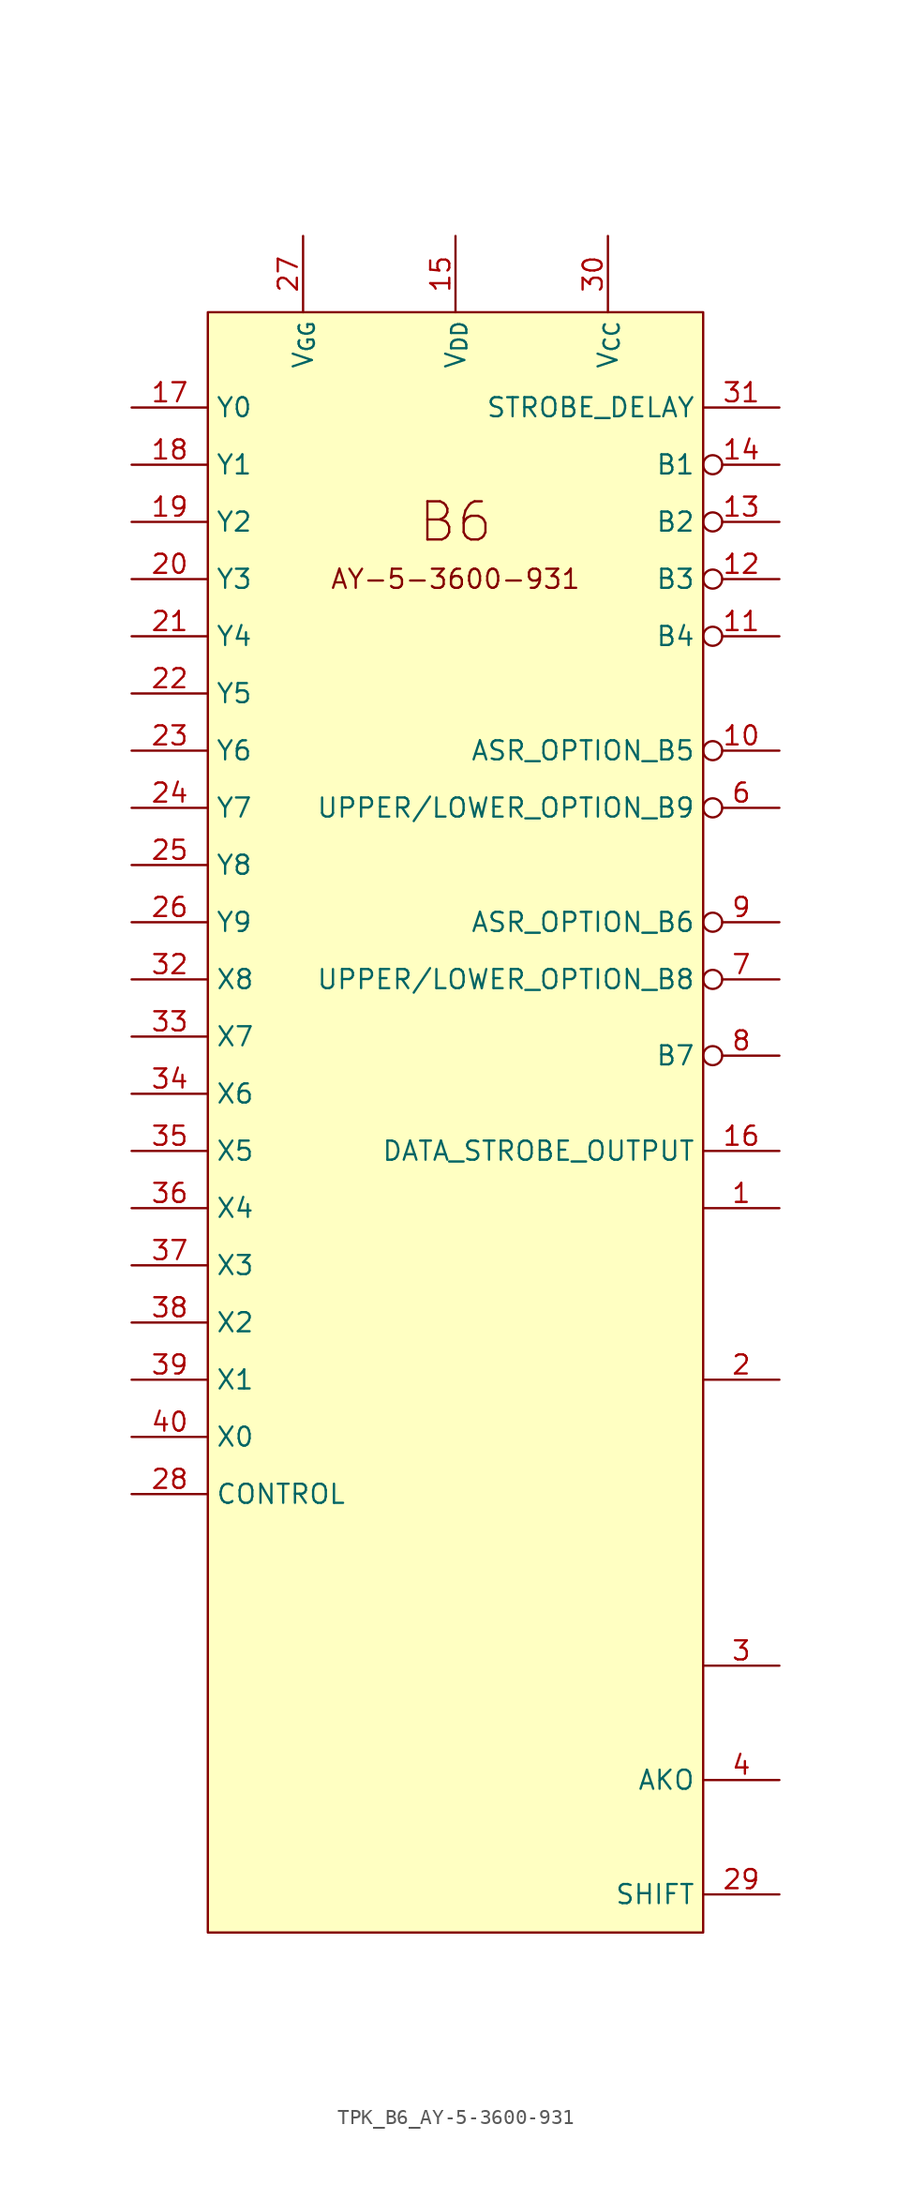
<source format=kicad_sym>
(kicad_symbol_lib
  (version 20211014)
  (generator kicad_symbol_editor)
  (symbol "TPK_B6_AY-5-3600-931"
    (property "Reference" "U"
      (at -20.32 20.32 0)
      (effects (font (size 1.27 1.27)) hide))
    (symbol "TPK_B6_AY-5-3600-931_0_0"
      (text "AY-5-3600-931" (at 16.51 -17.78 0) (effects (font (size 1.27 1.27))))
      (text "B6" (at 16.51 -13.97 0) (effects (font (size 2.54 2.54)))))
    (symbol "TPK_B6_AY-5-3600-931_0_1"
      (rectangle (start 0 0) (end 33.02 -107.95) (stroke (width 0) (type default) (color 0 0 0 0)) (fill (type background))))
    (symbol "TPK_B6_AY-5-3600-931_1_1"
      (pin passive line (at 38.1 -59.69 180) (length 5.08) (name "" (effects (font (size 1.27 1.27)))) (number "1" (effects (font (size 1.27 1.27)))))
      (pin passive inverted (at 38.1 -29.21 180) (length 5.08) (name "ASR_OPTION_B5" (effects (font (size 1.27 1.27)))) (number "10" (effects (font (size 1.27 1.27)))))
      (pin passive inverted (at 38.1 -21.59 180) (length 5.08) (name "B4" (effects (font (size 1.27 1.27)))) (number "11" (effects (font (size 1.27 1.27)))))
      (pin passive inverted (at 38.1 -17.78 180) (length 5.08) (name "B3" (effects (font (size 1.27 1.27)))) (number "12" (effects (font (size 1.27 1.27)))))
      (pin passive inverted (at 38.1 -13.97 180) (length 5.08) (name "B2" (effects (font (size 1.27 1.27)))) (number "13" (effects (font (size 1.27 1.27)))))
      (pin passive inverted (at 38.1 -10.16 180) (length 5.08) (name "B1" (effects (font (size 1.27 1.27)))) (number "14" (effects (font (size 1.27 1.27)))))
      (pin passive line (at 16.51 5.08 270) (length 5.08) (name "V_{DD}" (effects (font (size 1.27 1.27)))) (number "15" (effects (font (size 1.27 1.27)))))
      (pin passive line (at 38.1 -55.88 180) (length 5.08) (name "DATA_STROBE_OUTPUT" (effects (font (size 1.27 1.27)))) (number "16" (effects (font (size 1.27 1.27)))))
      (pin passive line (at -5.08 -6.35 0) (length 5.08) (name "Y0" (effects (font (size 1.27 1.27)))) (number "17" (effects (font (size 1.27 1.27)))))
      (pin passive line (at -5.08 -10.16 0) (length 5.08) (name "Y1" (effects (font (size 1.27 1.27)))) (number "18" (effects (font (size 1.27 1.27)))))
      (pin passive line (at -5.08 -13.97 0) (length 5.08) (name "Y2" (effects (font (size 1.27 1.27)))) (number "19" (effects (font (size 1.27 1.27)))))
      (pin passive line (at 38.1 -71.12 180) (length 5.08) (name "" (effects (font (size 1.27 1.27)))) (number "2" (effects (font (size 1.27 1.27)))))
      (pin passive line (at -5.08 -17.78 0) (length 5.08) (name "Y3" (effects (font (size 1.27 1.27)))) (number "20" (effects (font (size 1.27 1.27)))))
      (pin passive line (at -5.08 -21.59 0) (length 5.08) (name "Y4" (effects (font (size 1.27 1.27)))) (number "21" (effects (font (size 1.27 1.27)))))
      (pin passive line (at -5.08 -25.4 0) (length 5.08) (name "Y5" (effects (font (size 1.27 1.27)))) (number "22" (effects (font (size 1.27 1.27)))))
      (pin passive line (at -5.08 -29.21 0) (length 5.08) (name "Y6" (effects (font (size 1.27 1.27)))) (number "23" (effects (font (size 1.27 1.27)))))
      (pin passive line (at -5.08 -33.02 0) (length 5.08) (name "Y7" (effects (font (size 1.27 1.27)))) (number "24" (effects (font (size 1.27 1.27)))))
      (pin passive line (at -5.08 -36.83 0) (length 5.08) (name "Y8" (effects (font (size 1.27 1.27)))) (number "25" (effects (font (size 1.27 1.27)))))
      (pin passive line (at -5.08 -40.64 0) (length 5.08) (name "Y9" (effects (font (size 1.27 1.27)))) (number "26" (effects (font (size 1.27 1.27)))))
      (pin passive line (at 6.35 5.08 270) (length 5.08) (name "V_{GG}" (effects (font (size 1.27 1.27)))) (number "27" (effects (font (size 1.27 1.27)))))
      (pin passive line (at -5.08 -78.74 0) (length 5.08) (name "CONTROL" (effects (font (size 1.27 1.27)))) (number "28" (effects (font (size 1.27 1.27)))))
      (pin passive line (at 38.1 -105.41 180) (length 5.08) (name "SHIFT" (effects (font (size 1.27 1.27)))) (number "29" (effects (font (size 1.27 1.27)))))
      (pin passive line (at 38.1 -90.17 180) (length 5.08) (name "" (effects (font (size 1.27 1.27)))) (number "3" (effects (font (size 1.27 1.27)))))
      (pin passive line (at 26.67 5.08 270) (length 5.08) (name "V_{CC}" (effects (font (size 1.27 1.27)))) (number "30" (effects (font (size 1.27 1.27)))))
      (pin passive line (at 38.1 -6.35 180) (length 5.08) (name "STROBE_DELAY" (effects (font (size 1.27 1.27)))) (number "31" (effects (font (size 1.27 1.27)))))
      (pin passive line (at -5.08 -44.45 0) (length 5.08) (name "X8" (effects (font (size 1.27 1.27)))) (number "32" (effects (font (size 1.27 1.27)))))
      (pin passive line (at -5.08 -48.26 0) (length 5.08) (name "X7" (effects (font (size 1.27 1.27)))) (number "33" (effects (font (size 1.27 1.27)))))
      (pin passive line (at -5.08 -52.07 0) (length 5.08) (name "X6" (effects (font (size 1.27 1.27)))) (number "34" (effects (font (size 1.27 1.27)))))
      (pin passive line (at -5.08 -55.88 0) (length 5.08) (name "X5" (effects (font (size 1.27 1.27)))) (number "35" (effects (font (size 1.27 1.27)))))
      (pin passive line (at -5.08 -59.69 0) (length 5.08) (name "X4" (effects (font (size 1.27 1.27)))) (number "36" (effects (font (size 1.27 1.27)))))
      (pin passive line (at -5.08 -63.5 0) (length 5.08) (name "X3" (effects (font (size 1.27 1.27)))) (number "37" (effects (font (size 1.27 1.27)))))
      (pin passive line (at -5.08 -67.31 0) (length 5.08) (name "X2" (effects (font (size 1.27 1.27)))) (number "38" (effects (font (size 1.27 1.27)))))
      (pin passive line (at -5.08 -71.12 0) (length 5.08) (name "X1" (effects (font (size 1.27 1.27)))) (number "39" (effects (font (size 1.27 1.27)))))
      (pin passive line (at 38.1 -97.79 180) (length 5.08) (name "AKO" (effects (font (size 1.27 1.27)))) (number "4" (effects (font (size 1.27 1.27)))))
      (pin passive line (at -5.08 -74.93 0) (length 5.08) (name "X0" (effects (font (size 1.27 1.27)))) (number "40" (effects (font (size 1.27 1.27)))))
      (pin passive inverted (at 38.1 -33.02 180) (length 5.08) (name "UPPER/LOWER_OPTION_B9" (effects (font (size 1.27 1.27)))) (number "6" (effects (font (size 1.27 1.27)))))
      (pin passive inverted (at 38.1 -44.45 180) (length 5.08) (name "UPPER/LOWER_OPTION_B8" (effects (font (size 1.27 1.27)))) (number "7" (effects (font (size 1.27 1.27)))))
      (pin passive inverted (at 38.1 -49.53 180) (length 5.08) (name "B7" (effects (font (size 1.27 1.27)))) (number "8" (effects (font (size 1.27 1.27)))))
      (pin passive inverted (at 38.1 -40.64 180) (length 5.08) (name "ASR_OPTION_B6" (effects (font (size 1.27 1.27)))) (number "9" (effects (font (size 1.27 1.27))))))))
</source>
